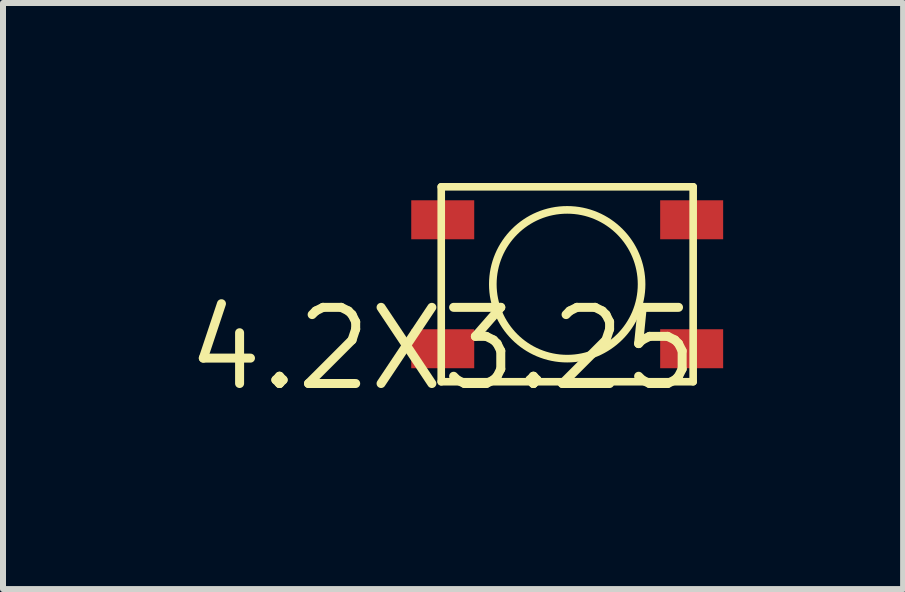
<source format=kicad_pcb>
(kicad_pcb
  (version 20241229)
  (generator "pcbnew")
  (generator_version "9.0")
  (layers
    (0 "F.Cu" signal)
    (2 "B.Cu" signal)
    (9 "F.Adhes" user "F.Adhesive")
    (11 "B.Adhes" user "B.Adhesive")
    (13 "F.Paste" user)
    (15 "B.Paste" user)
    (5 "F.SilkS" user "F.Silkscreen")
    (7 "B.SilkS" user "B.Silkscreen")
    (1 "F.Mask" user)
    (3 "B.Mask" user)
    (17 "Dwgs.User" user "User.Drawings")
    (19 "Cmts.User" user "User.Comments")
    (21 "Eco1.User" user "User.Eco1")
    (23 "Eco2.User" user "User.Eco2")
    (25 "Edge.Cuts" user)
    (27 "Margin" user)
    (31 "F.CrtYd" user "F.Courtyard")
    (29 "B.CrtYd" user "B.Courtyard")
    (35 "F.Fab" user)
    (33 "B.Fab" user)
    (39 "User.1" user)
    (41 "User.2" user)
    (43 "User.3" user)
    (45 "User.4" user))
  (footprint "4.2X3.25"
    (layer "F.Cu")
    (at 4.331 2.764)
    (property "Reference" "4.2X3.25" (at 0 0 0) (layer "F.SilkS") (effects (font (size 1.27 1.27) (thickness 0.15))))
    (fp_line (start -0.025 -2.7) (end 4.175 -2.7) (stroke (width 0.127) (type solid)) (layer "F.SilkS"))
    (fp_line (start -0.025 0.55) (end -0.025 -2.7) (stroke (width 0.127) (type solid)) (layer "F.SilkS"))
    (fp_line (start 4.175 -2.7) (end 4.175 0.55) (stroke (width 0.127) (type solid)) (layer "F.SilkS"))
    (fp_line (start 4.175 0.55) (end -0.025 0.55) (stroke (width 0.127) (type solid)) (layer "F.SilkS"))
    (fp_circle (center 2.075 -1.075) (end 3.315 -1.075) (stroke (width 0.127) (type solid)) (fill no) (layer "F.SilkS"))
    (pad "P$1" smd rect (at 0 0) (size 1.05 0.65) (layers "F.Cu" "F.Mask" "F.Paste"))
    (pad "P$2" smd rect (at 4.15 0) (size 1.05 0.65) (layers "F.Cu" "F.Mask" "F.Paste"))
    (pad "P$3" smd rect (at 4.15 -2.15) (size 1.05 0.65) (layers "F.Cu" "F.Mask" "F.Paste"))
    (pad "P$4" smd rect (at 0 -2.15) (size 1.05 0.65) (layers "F.Cu" "F.Mask" "F.Paste")))
  (gr_rect
    (start -3 -3)
    (end 12.006 6.77)
    (stroke (width 0.1) (type default))
    (fill no)
    (layer "Edge.Cuts")))
</source>
